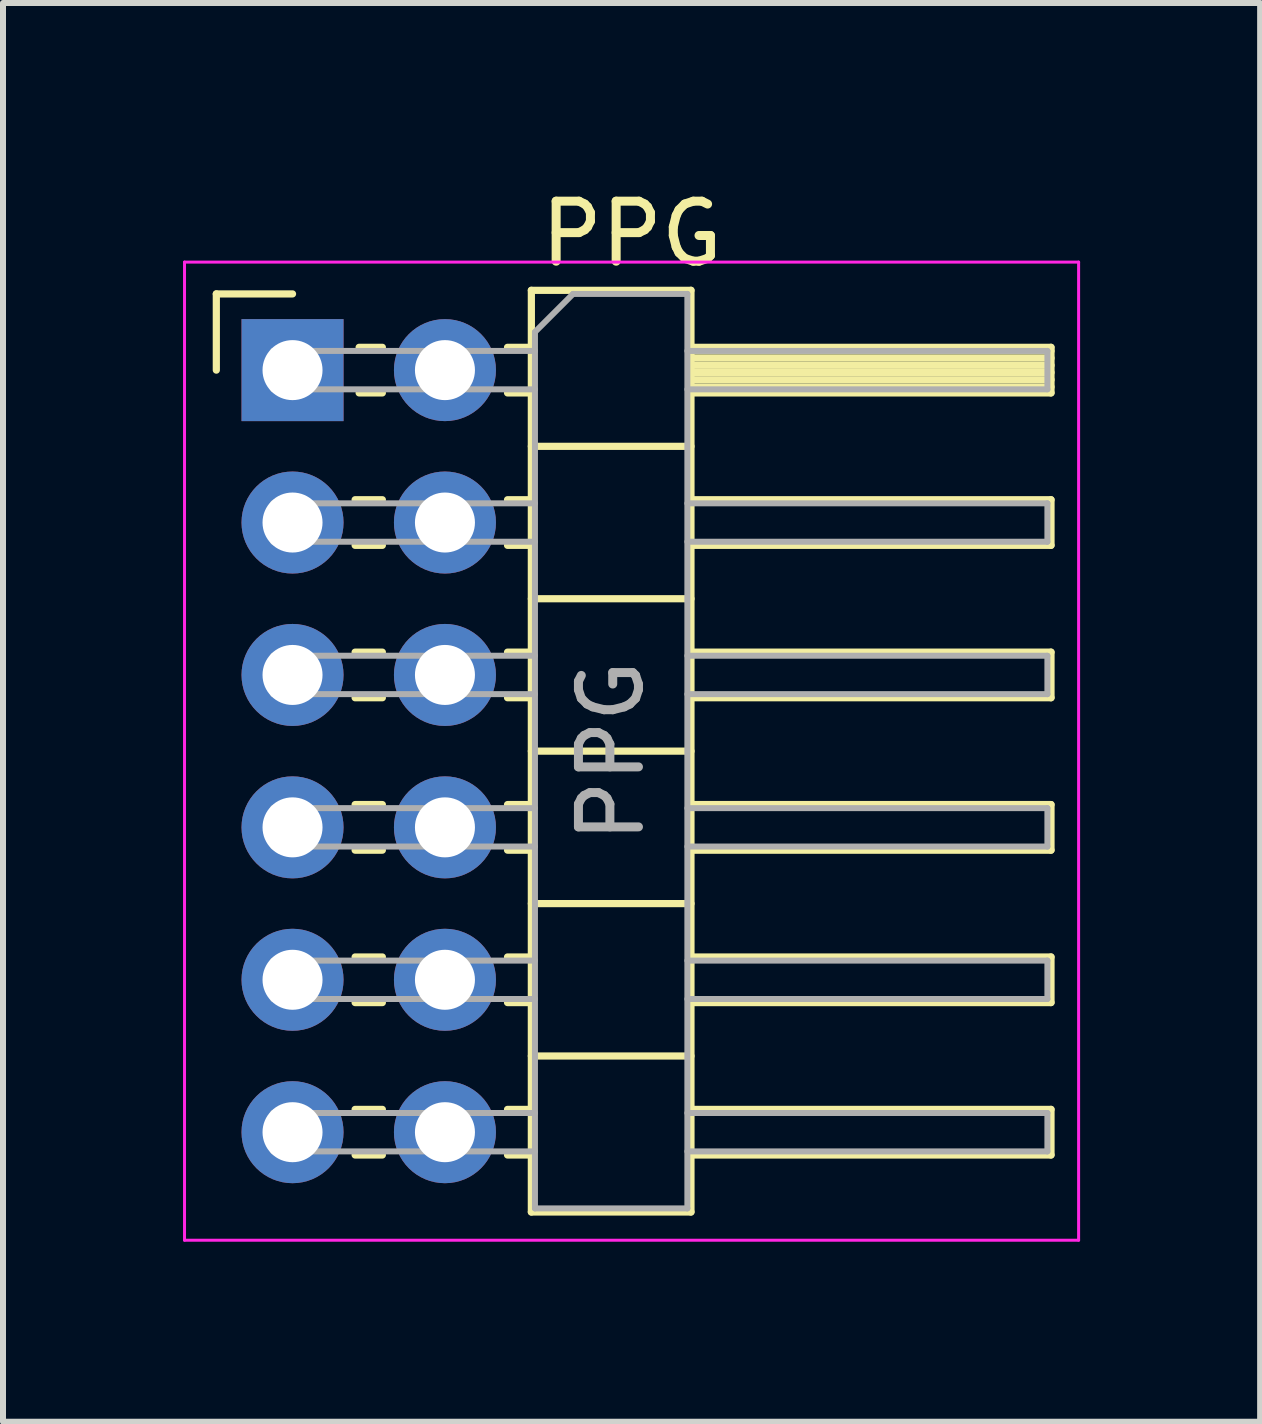
<source format=kicad_pcb>
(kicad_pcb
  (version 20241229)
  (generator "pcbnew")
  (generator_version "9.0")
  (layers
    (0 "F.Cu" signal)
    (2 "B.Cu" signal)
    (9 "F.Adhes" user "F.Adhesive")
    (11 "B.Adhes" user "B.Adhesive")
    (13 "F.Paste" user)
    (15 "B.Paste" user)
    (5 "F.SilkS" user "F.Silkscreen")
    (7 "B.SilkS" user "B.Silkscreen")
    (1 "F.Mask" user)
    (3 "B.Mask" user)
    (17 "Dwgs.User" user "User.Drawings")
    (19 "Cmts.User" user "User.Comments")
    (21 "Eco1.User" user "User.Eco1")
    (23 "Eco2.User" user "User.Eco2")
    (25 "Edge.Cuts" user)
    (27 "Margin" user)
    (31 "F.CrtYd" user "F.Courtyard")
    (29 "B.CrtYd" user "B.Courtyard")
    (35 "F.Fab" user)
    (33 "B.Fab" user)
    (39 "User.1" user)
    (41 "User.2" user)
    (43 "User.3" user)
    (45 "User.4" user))
  (footprint "PPG"
    (layer "F.Cu")
    (at 1.825 3.118)
    (property "Reference" "PPG" (at 5.655 -2.27 0) (layer "F.SilkS") (effects (font (size 1 1) (thickness 0.15))))
    (attr through_hole)
    (fp_line (start -1.27 -1.27) (end 0 -1.27) (stroke (width 0.12) (type solid)) (layer "F.SilkS"))
    (fp_line (start -1.27 0) (end -1.27 -1.27) (stroke (width 0.12) (type solid)) (layer "F.SilkS"))
    (fp_line (start 1.043 2.16) (end 1.497 2.16) (stroke (width 0.12) (type solid)) (layer "F.SilkS"))
    (fp_line (start 1.043 2.92) (end 1.497 2.92) (stroke (width 0.12) (type solid)) (layer "F.SilkS"))
    (fp_line (start 1.043 4.7) (end 1.497 4.7) (stroke (width 0.12) (type solid)) (layer "F.SilkS"))
    (fp_line (start 1.043 5.46) (end 1.497 5.46) (stroke (width 0.12) (type solid)) (layer "F.SilkS"))
    (fp_line (start 1.043 7.24) (end 1.497 7.24) (stroke (width 0.12) (type solid)) (layer "F.SilkS"))
    (fp_line (start 1.043 8) (end 1.497 8) (stroke (width 0.12) (type solid)) (layer "F.SilkS"))
    (fp_line (start 1.043 9.78) (end 1.497 9.78) (stroke (width 0.12) (type solid)) (layer "F.SilkS"))
    (fp_line (start 1.043 10.54) (end 1.497 10.54) (stroke (width 0.12) (type solid)) (layer "F.SilkS"))
    (fp_line (start 1.043 12.32) (end 1.497 12.32) (stroke (width 0.12) (type solid)) (layer "F.SilkS"))
    (fp_line (start 1.043 13.08) (end 1.497 13.08) (stroke (width 0.12) (type solid)) (layer "F.SilkS"))
    (fp_line (start 1.11 -0.38) (end 1.497 -0.38) (stroke (width 0.12) (type solid)) (layer "F.SilkS"))
    (fp_line (start 1.11 0.38) (end 1.497 0.38) (stroke (width 0.12) (type solid)) (layer "F.SilkS"))
    (fp_line (start 3.583 -0.38) (end 3.98 -0.38) (stroke (width 0.12) (type solid)) (layer "F.SilkS"))
    (fp_line (start 3.583 0.38) (end 3.98 0.38) (stroke (width 0.12) (type solid)) (layer "F.SilkS"))
    (fp_line (start 3.583 2.16) (end 3.98 2.16) (stroke (width 0.12) (type solid)) (layer "F.SilkS"))
    (fp_line (start 3.583 2.92) (end 3.98 2.92) (stroke (width 0.12) (type solid)) (layer "F.SilkS"))
    (fp_line (start 3.583 4.7) (end 3.98 4.7) (stroke (width 0.12) (type solid)) (layer "F.SilkS"))
    (fp_line (start 3.583 5.46) (end 3.98 5.46) (stroke (width 0.12) (type solid)) (layer "F.SilkS"))
    (fp_line (start 3.583 7.24) (end 3.98 7.24) (stroke (width 0.12) (type solid)) (layer "F.SilkS"))
    (fp_line (start 3.583 8) (end 3.98 8) (stroke (width 0.12) (type solid)) (layer "F.SilkS"))
    (fp_line (start 3.583 9.78) (end 3.98 9.78) (stroke (width 0.12) (type solid)) (layer "F.SilkS"))
    (fp_line (start 3.583 10.54) (end 3.98 10.54) (stroke (width 0.12) (type solid)) (layer "F.SilkS"))
    (fp_line (start 3.583 12.32) (end 3.98 12.32) (stroke (width 0.12) (type solid)) (layer "F.SilkS"))
    (fp_line (start 3.583 13.08) (end 3.98 13.08) (stroke (width 0.12) (type solid)) (layer "F.SilkS"))
    (fp_line (start 3.98 -1.33) (end 3.98 14.03) (stroke (width 0.12) (type solid)) (layer "F.SilkS"))
    (fp_line (start 3.98 1.27) (end 6.64 1.27) (stroke (width 0.12) (type solid)) (layer "F.SilkS"))
    (fp_line (start 3.98 3.81) (end 6.64 3.81) (stroke (width 0.12) (type solid)) (layer "F.SilkS"))
    (fp_line (start 3.98 6.35) (end 6.64 6.35) (stroke (width 0.12) (type solid)) (layer "F.SilkS"))
    (fp_line (start 3.98 8.89) (end 6.64 8.89) (stroke (width 0.12) (type solid)) (layer "F.SilkS"))
    (fp_line (start 3.98 11.43) (end 6.64 11.43) (stroke (width 0.12) (type solid)) (layer "F.SilkS"))
    (fp_line (start 3.98 14.03) (end 6.64 14.03) (stroke (width 0.12) (type solid)) (layer "F.SilkS"))
    (fp_line (start 6.64 -1.33) (end 3.98 -1.33) (stroke (width 0.12) (type solid)) (layer "F.SilkS"))
    (fp_line (start 6.64 -0.38) (end 12.64 -0.38) (stroke (width 0.12) (type solid)) (layer "F.SilkS"))
    (fp_line (start 6.64 -0.32) (end 12.64 -0.32) (stroke (width 0.12) (type solid)) (layer "F.SilkS"))
    (fp_line (start 6.64 -0.2) (end 12.64 -0.2) (stroke (width 0.12) (type solid)) (layer "F.SilkS"))
    (fp_line (start 6.64 -0.08) (end 12.64 -0.08) (stroke (width 0.12) (type solid)) (layer "F.SilkS"))
    (fp_line (start 6.64 0.04) (end 12.64 0.04) (stroke (width 0.12) (type solid)) (layer "F.SilkS"))
    (fp_line (start 6.64 0.16) (end 12.64 0.16) (stroke (width 0.12) (type solid)) (layer "F.SilkS"))
    (fp_line (start 6.64 0.28) (end 12.64 0.28) (stroke (width 0.12) (type solid)) (layer "F.SilkS"))
    (fp_line (start 6.64 2.16) (end 12.64 2.16) (stroke (width 0.12) (type solid)) (layer "F.SilkS"))
    (fp_line (start 6.64 4.7) (end 12.64 4.7) (stroke (width 0.12) (type solid)) (layer "F.SilkS"))
    (fp_line (start 6.64 7.24) (end 12.64 7.24) (stroke (width 0.12) (type solid)) (layer "F.SilkS"))
    (fp_line (start 6.64 9.78) (end 12.64 9.78) (stroke (width 0.12) (type solid)) (layer "F.SilkS"))
    (fp_line (start 6.64 12.32) (end 12.64 12.32) (stroke (width 0.12) (type solid)) (layer "F.SilkS"))
    (fp_line (start 6.64 14.03) (end 6.64 -1.33) (stroke (width 0.12) (type solid)) (layer "F.SilkS"))
    (fp_line (start 12.64 -0.38) (end 12.64 0.38) (stroke (width 0.12) (type solid)) (layer "F.SilkS"))
    (fp_line (start 12.64 0.38) (end 6.64 0.38) (stroke (width 0.12) (type solid)) (layer "F.SilkS"))
    (fp_line (start 12.64 2.16) (end 12.64 2.92) (stroke (width 0.12) (type solid)) (layer "F.SilkS"))
    (fp_line (start 12.64 2.92) (end 6.64 2.92) (stroke (width 0.12) (type solid)) (layer "F.SilkS"))
    (fp_line (start 12.64 4.7) (end 12.64 5.46) (stroke (width 0.12) (type solid)) (layer "F.SilkS"))
    (fp_line (start 12.64 5.46) (end 6.64 5.46) (stroke (width 0.12) (type solid)) (layer "F.SilkS"))
    (fp_line (start 12.64 7.24) (end 12.64 8) (stroke (width 0.12) (type solid)) (layer "F.SilkS"))
    (fp_line (start 12.64 8) (end 6.64 8) (stroke (width 0.12) (type solid)) (layer "F.SilkS"))
    (fp_line (start 12.64 9.78) (end 12.64 10.54) (stroke (width 0.12) (type solid)) (layer "F.SilkS"))
    (fp_line (start 12.64 10.54) (end 6.64 10.54) (stroke (width 0.12) (type solid)) (layer "F.SilkS"))
    (fp_line (start 12.64 12.32) (end 12.64 13.08) (stroke (width 0.12) (type solid)) (layer "F.SilkS"))
    (fp_line (start 12.64 13.08) (end 6.64 13.08) (stroke (width 0.12) (type solid)) (layer "F.SilkS"))
    (fp_line (start -1.8 -1.8) (end -1.8 14.5) (stroke (width 0.05) (type solid)) (layer "F.CrtYd"))
    (fp_line (start -1.8 14.5) (end 13.1 14.5) (stroke (width 0.05) (type solid)) (layer "F.CrtYd"))
    (fp_line (start 13.1 -1.8) (end -1.8 -1.8) (stroke (width 0.05) (type solid)) (layer "F.CrtYd"))
    (fp_line (start 13.1 14.5) (end 13.1 -1.8) (stroke (width 0.05) (type solid)) (layer "F.CrtYd"))
    (fp_line (start -0.32 -0.32) (end -0.32 0.32) (stroke (width 0.1) (type solid)) (layer "F.Fab"))
    (fp_line (start -0.32 -0.32) (end 4.04 -0.32) (stroke (width 0.1) (type solid)) (layer "F.Fab"))
    (fp_line (start -0.32 0.32) (end 4.04 0.32) (stroke (width 0.1) (type solid)) (layer "F.Fab"))
    (fp_line (start -0.32 2.22) (end -0.32 2.86) (stroke (width 0.1) (type solid)) (layer "F.Fab"))
    (fp_line (start -0.32 2.22) (end 4.04 2.22) (stroke (width 0.1) (type solid)) (layer "F.Fab"))
    (fp_line (start -0.32 2.86) (end 4.04 2.86) (stroke (width 0.1) (type solid)) (layer "F.Fab"))
    (fp_line (start -0.32 4.76) (end -0.32 5.4) (stroke (width 0.1) (type solid)) (layer "F.Fab"))
    (fp_line (start -0.32 4.76) (end 4.04 4.76) (stroke (width 0.1) (type solid)) (layer "F.Fab"))
    (fp_line (start -0.32 5.4) (end 4.04 5.4) (stroke (width 0.1) (type solid)) (layer "F.Fab"))
    (fp_line (start -0.32 7.3) (end -0.32 7.94) (stroke (width 0.1) (type solid)) (layer "F.Fab"))
    (fp_line (start -0.32 7.3) (end 4.04 7.3) (stroke (width 0.1) (type solid)) (layer "F.Fab"))
    (fp_line (start -0.32 7.94) (end 4.04 7.94) (stroke (width 0.1) (type solid)) (layer "F.Fab"))
    (fp_line (start -0.32 9.84) (end -0.32 10.48) (stroke (width 0.1) (type solid)) (layer "F.Fab"))
    (fp_line (start -0.32 9.84) (end 4.04 9.84) (stroke (width 0.1) (type solid)) (layer "F.Fab"))
    (fp_line (start -0.32 10.48) (end 4.04 10.48) (stroke (width 0.1) (type solid)) (layer "F.Fab"))
    (fp_line (start -0.32 12.38) (end -0.32 13.02) (stroke (width 0.1) (type solid)) (layer "F.Fab"))
    (fp_line (start -0.32 12.38) (end 4.04 12.38) (stroke (width 0.1) (type solid)) (layer "F.Fab"))
    (fp_line (start -0.32 13.02) (end 4.04 13.02) (stroke (width 0.1) (type solid)) (layer "F.Fab"))
    (fp_line (start 4.04 -0.635) (end 4.675 -1.27) (stroke (width 0.1) (type solid)) (layer "F.Fab"))
    (fp_line (start 4.04 13.97) (end 4.04 -0.635) (stroke (width 0.1) (type solid)) (layer "F.Fab"))
    (fp_line (start 4.675 -1.27) (end 6.58 -1.27) (stroke (width 0.1) (type solid)) (layer "F.Fab"))
    (fp_line (start 6.58 -1.27) (end 6.58 13.97) (stroke (width 0.1) (type solid)) (layer "F.Fab"))
    (fp_line (start 6.58 -0.32) (end 12.58 -0.32) (stroke (width 0.1) (type solid)) (layer "F.Fab"))
    (fp_line (start 6.58 0.32) (end 12.58 0.32) (stroke (width 0.1) (type solid)) (layer "F.Fab"))
    (fp_line (start 6.58 2.22) (end 12.58 2.22) (stroke (width 0.1) (type solid)) (layer "F.Fab"))
    (fp_line (start 6.58 2.86) (end 12.58 2.86) (stroke (width 0.1) (type solid)) (layer "F.Fab"))
    (fp_line (start 6.58 4.76) (end 12.58 4.76) (stroke (width 0.1) (type solid)) (layer "F.Fab"))
    (fp_line (start 6.58 5.4) (end 12.58 5.4) (stroke (width 0.1) (type solid)) (layer "F.Fab"))
    (fp_line (start 6.58 7.3) (end 12.58 7.3) (stroke (width 0.1) (type solid)) (layer "F.Fab"))
    (fp_line (start 6.58 7.94) (end 12.58 7.94) (stroke (width 0.1) (type solid)) (layer "F.Fab"))
    (fp_line (start 6.58 9.84) (end 12.58 9.84) (stroke (width 0.1) (type solid)) (layer "F.Fab"))
    (fp_line (start 6.58 10.48) (end 12.58 10.48) (stroke (width 0.1) (type solid)) (layer "F.Fab"))
    (fp_line (start 6.58 12.38) (end 12.58 12.38) (stroke (width 0.1) (type solid)) (layer "F.Fab"))
    (fp_line (start 6.58 13.02) (end 12.58 13.02) (stroke (width 0.1) (type solid)) (layer "F.Fab"))
    (fp_line (start 6.58 13.97) (end 4.04 13.97) (stroke (width 0.1) (type solid)) (layer "F.Fab"))
    (fp_line (start 12.58 -0.32) (end 12.58 0.32) (stroke (width 0.1) (type solid)) (layer "F.Fab"))
    (fp_line (start 12.58 2.22) (end 12.58 2.86) (stroke (width 0.1) (type solid)) (layer "F.Fab"))
    (fp_line (start 12.58 4.76) (end 12.58 5.4) (stroke (width 0.1) (type solid)) (layer "F.Fab"))
    (fp_line (start 12.58 7.3) (end 12.58 7.94) (stroke (width 0.1) (type solid)) (layer "F.Fab"))
    (fp_line (start 12.58 9.84) (end 12.58 10.48) (stroke (width 0.1) (type solid)) (layer "F.Fab"))
    (fp_line (start 12.58 12.38) (end 12.58 13.02) (stroke (width 0.1) (type solid)) (layer "F.Fab"))
    (fp_text user "${REFERENCE}" (at 5.31 6.35 90) (layer "F.Fab") (effects (font (size 1 1) (thickness 0.15))))
    (pad "1" thru_hole rect (at 0 0) (size 1.7 1.7) (drill 1) (layers "*.Cu" "*.Mask"))
    (pad "2" thru_hole oval (at 2.54 0) (size 1.7 1.7) (drill 1) (layers "*.Cu" "*.Mask"))
    (pad "3" thru_hole oval (at 0 2.54) (size 1.7 1.7) (drill 1) (layers "*.Cu" "*.Mask"))
    (pad "4" thru_hole oval (at 2.54 2.54) (size 1.7 1.7) (drill 1) (layers "*.Cu" "*.Mask"))
    (pad "5" thru_hole oval (at 0 5.08) (size 1.7 1.7) (drill 1) (layers "*.Cu" "*.Mask"))
    (pad "6" thru_hole oval (at 2.54 5.08) (size 1.7 1.7) (drill 1) (layers "*.Cu" "*.Mask"))
    (pad "7" thru_hole oval (at 0 7.62) (size 1.7 1.7) (drill 1) (layers "*.Cu" "*.Mask"))
    (pad "8" thru_hole oval (at 2.54 7.62) (size 1.7 1.7) (drill 1) (layers "*.Cu" "*.Mask"))
    (pad "9" thru_hole oval (at 0 10.16) (size 1.7 1.7) (drill 1) (layers "*.Cu" "*.Mask"))
    (pad "10" thru_hole oval (at 2.54 10.16) (size 1.7 1.7) (drill 1) (layers "*.Cu" "*.Mask"))
    (pad "11" thru_hole oval (at 0 12.7) (size 1.7 1.7) (drill 1) (layers "*.Cu" "*.Mask"))
    (pad "12" thru_hole oval (at 2.54 12.7) (size 1.7 1.7) (drill 1) (layers "*.Cu" "*.Mask")))
  (gr_rect
    (start -3 -3)
    (end 17.95 20.643)
    (stroke (width 0.1) (type default))
    (fill no)
    (layer "Edge.Cuts")))
</source>
